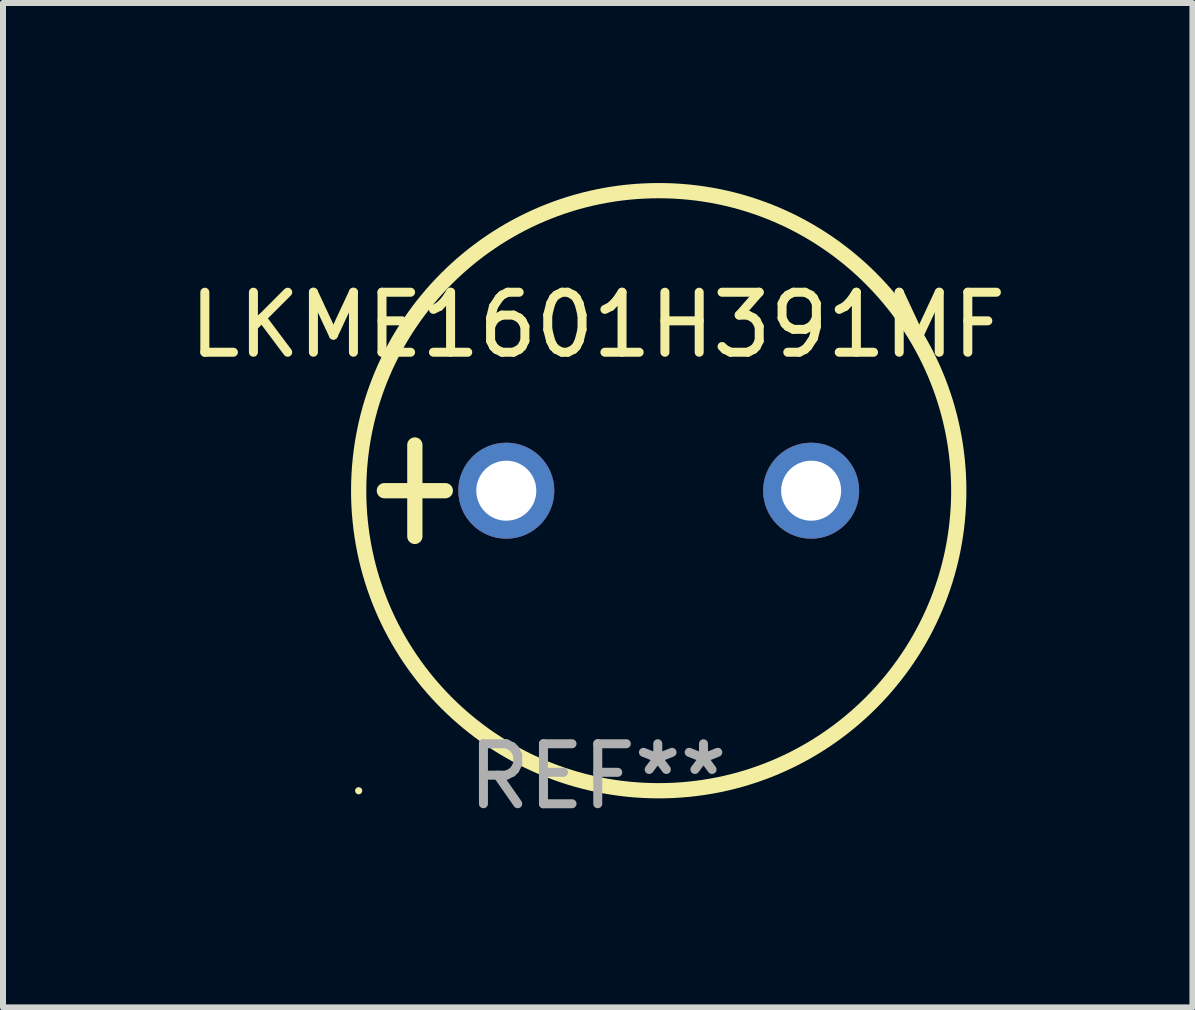
<source format=kicad_pcb>
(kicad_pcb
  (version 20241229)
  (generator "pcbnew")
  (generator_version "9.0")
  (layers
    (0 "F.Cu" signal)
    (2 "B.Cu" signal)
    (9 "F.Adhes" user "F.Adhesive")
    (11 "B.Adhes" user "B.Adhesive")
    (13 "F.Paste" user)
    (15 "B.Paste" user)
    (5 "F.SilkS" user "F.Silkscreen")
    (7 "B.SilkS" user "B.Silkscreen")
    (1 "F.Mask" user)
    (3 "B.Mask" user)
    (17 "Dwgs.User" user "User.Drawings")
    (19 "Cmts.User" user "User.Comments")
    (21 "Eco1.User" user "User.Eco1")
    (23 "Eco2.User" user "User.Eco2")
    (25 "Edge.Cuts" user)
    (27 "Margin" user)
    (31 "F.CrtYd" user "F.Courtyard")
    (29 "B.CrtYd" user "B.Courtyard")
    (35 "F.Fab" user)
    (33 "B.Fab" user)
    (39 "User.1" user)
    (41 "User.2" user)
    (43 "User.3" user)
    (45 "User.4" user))
  (footprint "LKME1601H391MF"
    (layer "F.Cu")
    (at 6.911 5.127)
    (property "Reference" "LKME1601H391MF" (at 0 -2.762 0) (layer "F.SilkS") (effects (font (size 1 1) (thickness 0.15))))
    (attr through_hole)
    (fp_line (start -3.556 0) (end -2.54 0) (stroke (width 0.254) (type solid)) (layer "F.SilkS"))
    (fp_line (start -3.048 -0.762) (end -3.048 0.762) (stroke (width 0.254) (type solid)) (layer "F.SilkS"))
    (fp_circle (center -3.984 5) (end -3.954 5) (stroke (width 0.06) (type solid)) (fill no) (layer "F.SilkS"))
    (fp_circle (center 1.016 0) (end 6.016 0) (stroke (width 0.254) (type solid)) (fill no) (layer "F.SilkS"))
    (fp_text user "REF**" (at 0 4.762 0) (layer "F.Fab") (effects (font (size 1 1) (thickness 0.15))))
    (pad "1" thru_hole circle (at -1.524 0) (size 1.6 1.6) (drill 1) (layers "*.Cu" "*.Mask"))
    (pad "2" thru_hole circle (at 3.556 0) (size 1.6 1.6) (drill 1) (layers "*.Cu" "*.Mask")))
  (gr_rect
    (start -3 -3)
    (end 16.821 13.737)
    (stroke (width 0.1) (type default))
    (fill no)
    (layer "Edge.Cuts")))
</source>
